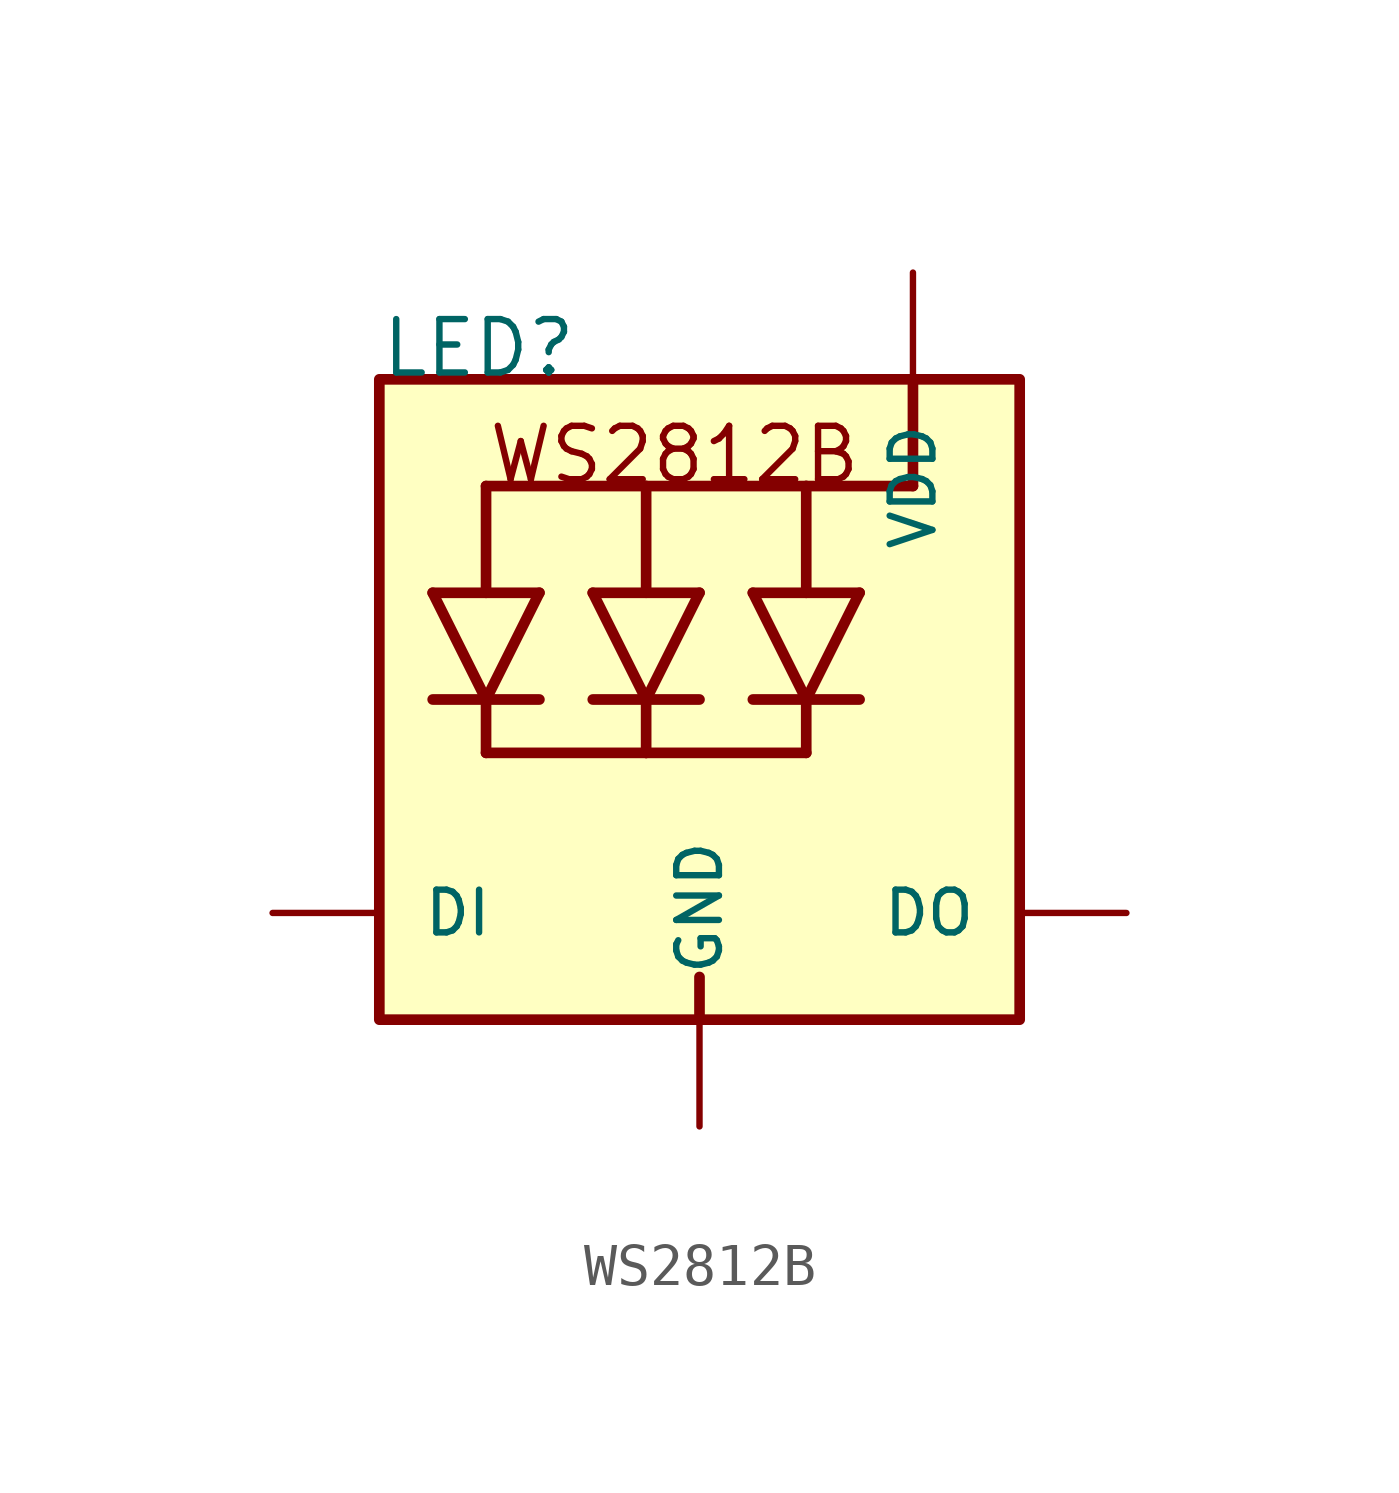
<source format=kicad_sym>
(kicad_symbol_lib
  (version 20211014)
  (generator kicad_symbol_editor)
  (symbol "WS2812B"
    (pin_numbers hide)
    (pin_names
      (offset 1.016))
    (property "Reference" "LED"
      (at -7.62 10.16 0)
      (effects (font (size 1.27 1.27)) (justify left bottom)))
    (symbol "WS2812B_0_0"
      (rectangle (start -7.62 -5.08) (end 7.62 10.16) (stroke (width 0.254) (type default) (color 0 0 0 0)) (fill (type background)))
      (polyline (pts (xy -6.35 2.54) (xy -5.08 2.54)) (stroke (width 0.254) (type default) (color 0 0 0 0)) (fill (type none)))
      (polyline (pts (xy -6.35 5.08) (xy -5.08 5.08)) (stroke (width 0.254) (type default) (color 0 0 0 0)) (fill (type none)))
      (polyline (pts (xy -5.08 2.54) (xy -6.35 5.08)) (stroke (width 0.254) (type default) (color 0 0 0 0)) (fill (type none)))
      (polyline (pts (xy -5.08 2.54) (xy -5.08 1.27)) (stroke (width 0.254) (type default) (color 0 0 0 0)) (fill (type none)))
      (polyline (pts (xy -5.08 2.54) (xy -3.81 5.08)) (stroke (width 0.254) (type default) (color 0 0 0 0)) (fill (type none)))
      (polyline (pts (xy -5.08 5.08) (xy -3.81 5.08)) (stroke (width 0.254) (type default) (color 0 0 0 0)) (fill (type none)))
      (polyline (pts (xy -5.08 7.62) (xy -5.08 5.08)) (stroke (width 0.254) (type default) (color 0 0 0 0)) (fill (type none)))
      (polyline (pts (xy -3.81 2.54) (xy -5.08 2.54)) (stroke (width 0.254) (type default) (color 0 0 0 0)) (fill (type none)))
      (polyline (pts (xy -2.54 2.54) (xy -1.27 2.54)) (stroke (width 0.254) (type default) (color 0 0 0 0)) (fill (type none)))
      (polyline (pts (xy -2.54 5.08) (xy 0 5.08)) (stroke (width 0.254) (type default) (color 0 0 0 0)) (fill (type none)))
      (polyline (pts (xy -1.27 1.27) (xy -5.08 1.27)) (stroke (width 0.254) (type default) (color 0 0 0 0)) (fill (type none)))
      (polyline (pts (xy -1.27 2.54) (xy -2.54 5.08)) (stroke (width 0.254) (type default) (color 0 0 0 0)) (fill (type none)))
      (polyline (pts (xy -1.27 2.54) (xy -1.27 1.27)) (stroke (width 0.254) (type default) (color 0 0 0 0)) (fill (type none)))
      (polyline (pts (xy -1.27 2.54) (xy 0 2.54)) (stroke (width 0.254) (type default) (color 0 0 0 0)) (fill (type none)))
      (polyline (pts (xy -1.27 5.08) (xy -1.27 7.62)) (stroke (width 0.254) (type default) (color 0 0 0 0)) (fill (type none)))
      (polyline (pts (xy -1.27 7.62) (xy -5.08 7.62)) (stroke (width 0.254) (type default) (color 0 0 0 0)) (fill (type none)))
      (polyline (pts (xy 0 -4.064) (xy 0 -5.08)) (stroke (width 0.254) (type default) (color 0 0 0 0)) (fill (type none)))
      (polyline (pts (xy 0 5.08) (xy -1.27 2.54)) (stroke (width 0.254) (type default) (color 0 0 0 0)) (fill (type none)))
      (polyline (pts (xy 1.27 5.08) (xy 2.54 2.54)) (stroke (width 0.254) (type default) (color 0 0 0 0)) (fill (type none)))
      (polyline (pts (xy 1.27 5.08) (xy 2.54 5.08)) (stroke (width 0.254) (type default) (color 0 0 0 0)) (fill (type none)))
      (polyline (pts (xy 2.54 1.27) (xy -1.27 1.27)) (stroke (width 0.254) (type default) (color 0 0 0 0)) (fill (type none)))
      (polyline (pts (xy 2.54 2.54) (xy 1.27 2.54)) (stroke (width 0.254) (type default) (color 0 0 0 0)) (fill (type none)))
      (polyline (pts (xy 2.54 2.54) (xy 2.54 1.27)) (stroke (width 0.254) (type default) (color 0 0 0 0)) (fill (type none)))
      (polyline (pts (xy 2.54 2.54) (xy 3.81 2.54)) (stroke (width 0.254) (type default) (color 0 0 0 0)) (fill (type none)))
      (polyline (pts (xy 2.54 2.54) (xy 3.81 5.08)) (stroke (width 0.254) (type default) (color 0 0 0 0)) (fill (type none)))
      (polyline (pts (xy 2.54 5.08) (xy 2.54 7.62)) (stroke (width 0.254) (type default) (color 0 0 0 0)) (fill (type none)))
      (polyline (pts (xy 2.54 7.62) (xy -1.27 7.62)) (stroke (width 0.254) (type default) (color 0 0 0 0)) (fill (type none)))
      (polyline (pts (xy 2.54 7.62) (xy 5.08 7.62)) (stroke (width 0.254) (type default) (color 0 0 0 0)) (fill (type none)))
      (polyline (pts (xy 3.81 5.08) (xy 2.54 5.08)) (stroke (width 0.254) (type default) (color 0 0 0 0)) (fill (type none)))
      (polyline (pts (xy 5.08 10.16) (xy 5.08 7.62)) (stroke (width 0.254) (type default) (color 0 0 0 0)) (fill (type none)))
      (text "WS2812B" (at -5.08 7.62 0) (effects (font (size 1.27 1.27)) (justify left bottom)))
      (pin power_in line (at 5.08 12.7 270) (length 2.54) (name "VDD" (effects (font (size 1.016 1.016)))) (number "1" (effects (font (size 1.016 1.016)))) (alternate "1VDD" power_in line))
      (pin output line (at 10.16 -2.54 180) (length 2.54) (name "DO" (effects (font (size 1.016 1.016)))) (number "2" (effects (font (size 1.016 1.016)))) (alternate "2DO" output line))
      (pin power_in line (at 0 -7.62 90) (length 2.54) (name "GND" (effects (font (size 1.016 1.016)))) (number "3" (effects (font (size 1.016 1.016)))) (alternate "3GND" power_in line))
      (pin input line (at -10.16 -2.54 0) (length 2.54) (name "DI" (effects (font (size 1.016 1.016)))) (number "4" (effects (font (size 1.016 1.016)))) (alternate "4DI" input line)))))
</source>
